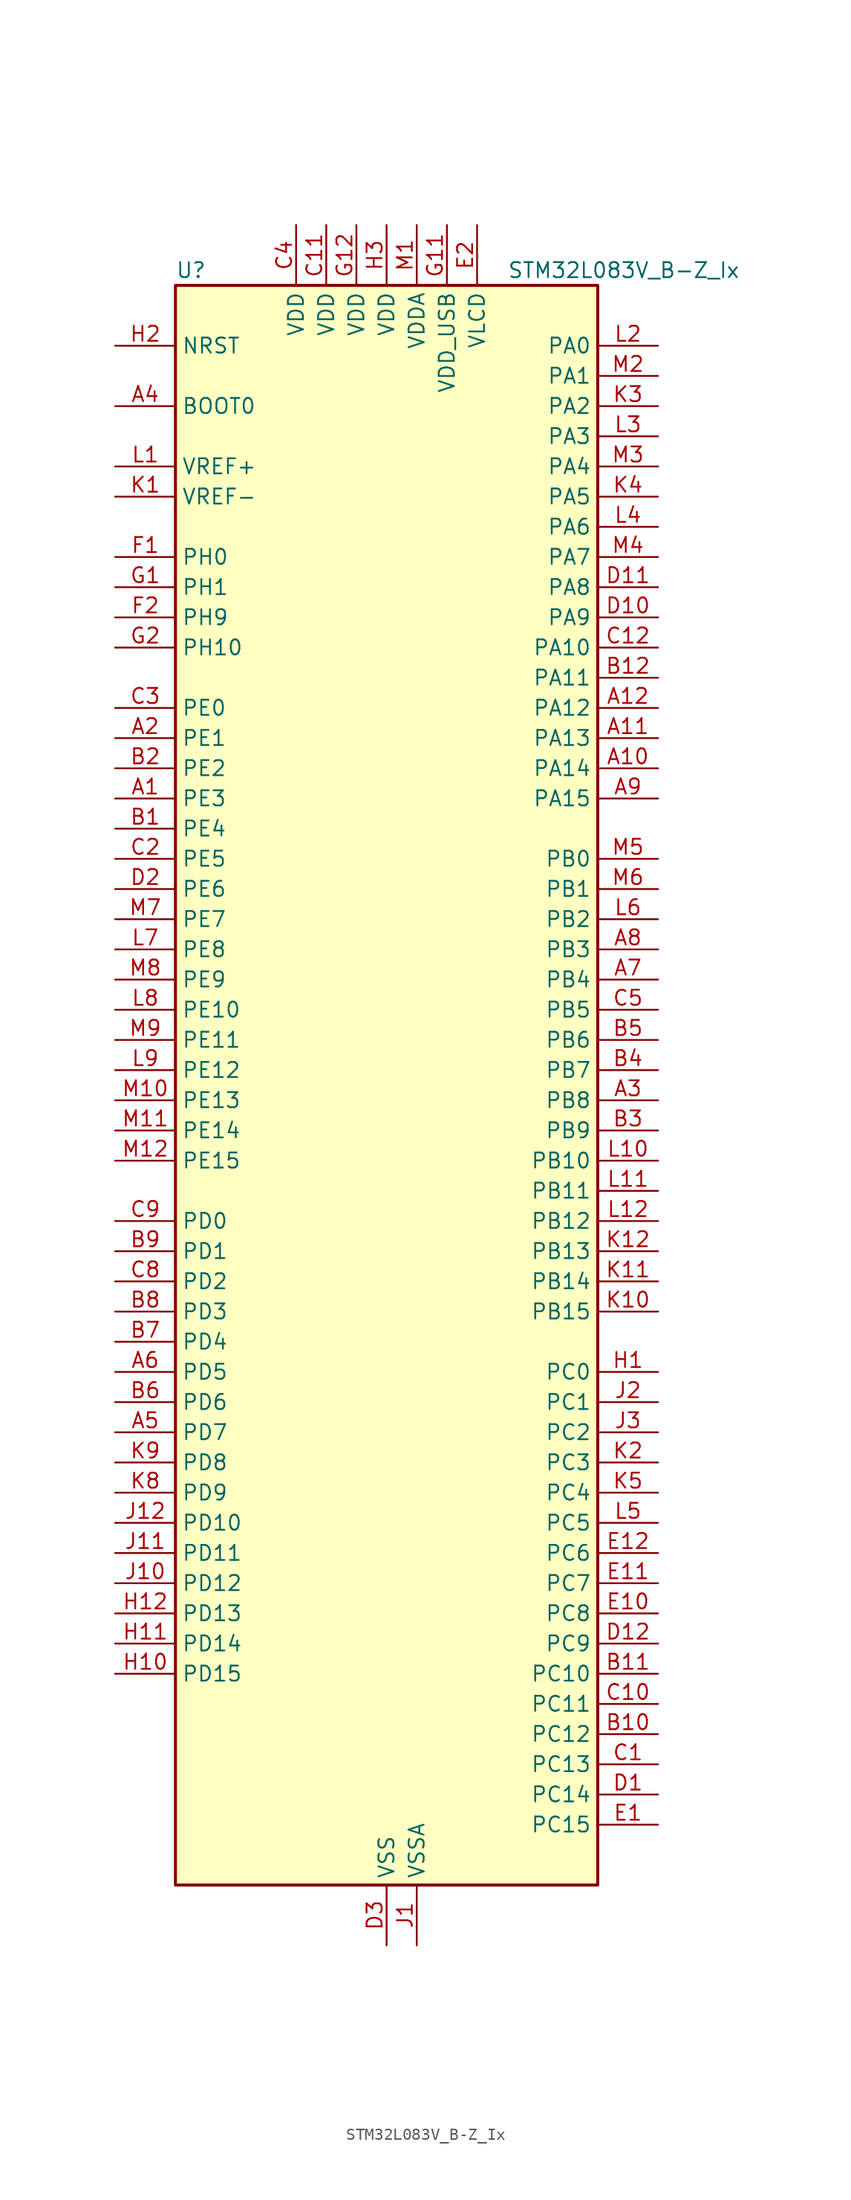
<source format=kicad_sym>
(kicad_symbol_lib
  (version 20241209)
  (generator "kicad_symbol_editor")
  (generator_version "9.0")
  (symbol "STM32L083V_B-Z_Ix"
    (property "Reference" "U"
      (at -17.78 69.85 0)
      (effects (font (size 1.27 1.27)) (justify left)))
    (property "Value" "STM32L083V_B-Z_Ix"
      (at 10.16 69.85 0)
      (effects (font (size 1.27 1.27)) (justify left)))
    (symbol "STM32L083V_B-Z_Ix_0_1"
      (rectangle (start -17.78 -66.04) (end 17.78 68.58) (stroke (width 0.254) (type default)) (fill (type background))))
    (symbol "STM32L083V_B-Z_Ix_1_1"
      (pin input line (at -22.86 63.5 0) (length 5.08) (name "NRST" (effects (font (size 1.27 1.27)))) (number "H2" (effects (font (size 1.27 1.27)))))
      (pin input line (at -22.86 58.42 0) (length 5.08) (name "BOOT0" (effects (font (size 1.27 1.27)))) (number "A4" (effects (font (size 1.27 1.27)))))
      (pin input line (at -22.86 53.34 0) (length 5.08) (name "VREF+" (effects (font (size 1.27 1.27)))) (number "L1" (effects (font (size 1.27 1.27)))))
      (pin input line (at -22.86 50.8 0) (length 5.08) (name "VREF-" (effects (font (size 1.27 1.27)))) (number "K1" (effects (font (size 1.27 1.27)))))
      (pin bidirectional line (at -22.86 45.72 0) (length 5.08) (name "PH0" (effects (font (size 1.27 1.27)))) (number "F1" (effects (font (size 1.27 1.27)))) (alternate "CRS_SYNC" bidirectional line) (alternate "RCC_OSC_IN" bidirectional line))
      (pin bidirectional line (at -22.86 43.18 0) (length 5.08) (name "PH1" (effects (font (size 1.27 1.27)))) (number "G1" (effects (font (size 1.27 1.27)))) (alternate "RCC_OSC_OUT" bidirectional line))
      (pin bidirectional line (at -22.86 40.64 0) (length 5.08) (name "PH9" (effects (font (size 1.27 1.27)))) (number "F2" (effects (font (size 1.27 1.27)))) (alternate "DAC_EXTI9" bidirectional line))
      (pin bidirectional line (at -22.86 38.1 0) (length 5.08) (name "PH10" (effects (font (size 1.27 1.27)))) (number "G2" (effects (font (size 1.27 1.27)))))
      (pin bidirectional line (at -22.86 33.02 0) (length 5.08) (name "PE0" (effects (font (size 1.27 1.27)))) (number "C3" (effects (font (size 1.27 1.27)))) (alternate "LCD_SEG36" bidirectional line))
      (pin bidirectional line (at -22.86 30.48 0) (length 5.08) (name "PE1" (effects (font (size 1.27 1.27)))) (number "A2" (effects (font (size 1.27 1.27)))) (alternate "LCD_SEG37" bidirectional line))
      (pin bidirectional line (at -22.86 27.94 0) (length 5.08) (name "PE2" (effects (font (size 1.27 1.27)))) (number "B2" (effects (font (size 1.27 1.27)))) (alternate "LCD_SEG38" bidirectional line) (alternate "TIM3_ETR" bidirectional line))
      (pin bidirectional line (at -22.86 25.4 0) (length 5.08) (name "PE3" (effects (font (size 1.27 1.27)))) (number "A1" (effects (font (size 1.27 1.27)))) (alternate "LCD_SEG39" bidirectional line) (alternate "TIM22_CH1" bidirectional line) (alternate "TIM3_CH1" bidirectional line))
      (pin bidirectional line (at -22.86 22.86 0) (length 5.08) (name "PE4" (effects (font (size 1.27 1.27)))) (number "B1" (effects (font (size 1.27 1.27)))) (alternate "TIM22_CH2" bidirectional line) (alternate "TIM3_CH2" bidirectional line))
      (pin bidirectional line (at -22.86 20.32 0) (length 5.08) (name "PE5" (effects (font (size 1.27 1.27)))) (number "C2" (effects (font (size 1.27 1.27)))) (alternate "TIM21_CH1" bidirectional line) (alternate "TIM3_CH3" bidirectional line))
      (pin bidirectional line (at -22.86 17.78 0) (length 5.08) (name "PE6" (effects (font (size 1.27 1.27)))) (number "D2" (effects (font (size 1.27 1.27)))) (alternate "RTC_TAMP3" bidirectional line) (alternate "SYS_WKUP3" bidirectional line) (alternate "TIM21_CH2" bidirectional line) (alternate "TIM3_CH4" bidirectional line))
      (pin bidirectional line (at -22.86 15.24 0) (length 5.08) (name "PE7" (effects (font (size 1.27 1.27)))) (number "M7" (effects (font (size 1.27 1.27)))) (alternate "LCD_SEG45" bidirectional line) (alternate "USART5_CK" bidirectional line) (alternate "USART5_DE" bidirectional line) (alternate "USART5_RTS" bidirectional line))
      (pin bidirectional line (at -22.86 12.7 0) (length 5.08) (name "PE8" (effects (font (size 1.27 1.27)))) (number "L7" (effects (font (size 1.27 1.27)))) (alternate "LCD_SEG46" bidirectional line) (alternate "USART4_TX" bidirectional line))
      (pin bidirectional line (at -22.86 10.16 0) (length 5.08) (name "PE9" (effects (font (size 1.27 1.27)))) (number "M8" (effects (font (size 1.27 1.27)))) (alternate "DAC_EXTI9" bidirectional line) (alternate "LCD_SEG47" bidirectional line) (alternate "TIM2_CH1" bidirectional line) (alternate "TIM2_ETR" bidirectional line) (alternate "USART4_RX" bidirectional line))
      (pin bidirectional line (at -22.86 7.62 0) (length 5.08) (name "PE10" (effects (font (size 1.27 1.27)))) (number "L8" (effects (font (size 1.27 1.27)))) (alternate "LCD_SEG40" bidirectional line) (alternate "TIM2_CH2" bidirectional line) (alternate "USART5_TX" bidirectional line))
      (pin bidirectional line (at -22.86 5.08 0) (length 5.08) (name "PE11" (effects (font (size 1.27 1.27)))) (number "M9" (effects (font (size 1.27 1.27)))) (alternate "ADC_EXTI11" bidirectional line) (alternate "LCD_VLCD1" bidirectional line) (alternate "TIM2_CH3" bidirectional line) (alternate "USART5_RX" bidirectional line))
      (pin bidirectional line (at -22.86 2.54 0) (length 5.08) (name "PE12" (effects (font (size 1.27 1.27)))) (number "L9" (effects (font (size 1.27 1.27)))) (alternate "LCD_VLCD3" bidirectional line) (alternate "SPI1_NSS" bidirectional line) (alternate "TIM2_CH4" bidirectional line))
      (pin bidirectional line (at -22.86 0 0) (length 5.08) (name "PE13" (effects (font (size 1.27 1.27)))) (number "M10" (effects (font (size 1.27 1.27)))) (alternate "LCD_SEG41" bidirectional line) (alternate "SPI1_SCK" bidirectional line))
      (pin bidirectional line (at -22.86 -2.54 0) (length 5.08) (name "PE14" (effects (font (size 1.27 1.27)))) (number "M11" (effects (font (size 1.27 1.27)))) (alternate "LCD_SEG42" bidirectional line) (alternate "SPI1_MISO" bidirectional line))
      (pin bidirectional line (at -22.86 -5.08 0) (length 5.08) (name "PE15" (effects (font (size 1.27 1.27)))) (number "M12" (effects (font (size 1.27 1.27)))) (alternate "LCD_SEG43" bidirectional line) (alternate "SPI1_MOSI" bidirectional line))
      (pin bidirectional line (at -22.86 -10.16 0) (length 5.08) (name "PD0" (effects (font (size 1.27 1.27)))) (number "C9" (effects (font (size 1.27 1.27)))) (alternate "I2S2_WS" bidirectional line) (alternate "SPI2_NSS" bidirectional line) (alternate "TIM21_CH1" bidirectional line))
      (pin bidirectional line (at -22.86 -12.7 0) (length 5.08) (name "PD1" (effects (font (size 1.27 1.27)))) (number "B9" (effects (font (size 1.27 1.27)))) (alternate "I2S2_CK" bidirectional line) (alternate "SPI2_SCK" bidirectional line))
      (pin bidirectional line (at -22.86 -15.24 0) (length 5.08) (name "PD2" (effects (font (size 1.27 1.27)))) (number "C8" (effects (font (size 1.27 1.27)))) (alternate "LCD_COM7" bidirectional line) (alternate "LCD_SEG31" bidirectional line) (alternate "LCD_SEG51" bidirectional line) (alternate "LPUART1_DE" bidirectional line) (alternate "LPUART1_RTS" bidirectional line) (alternate "TIM3_ETR" bidirectional line) (alternate "USART5_RX" bidirectional line))
      (pin bidirectional line (at -22.86 -17.78 0) (length 5.08) (name "PD3" (effects (font (size 1.27 1.27)))) (number "B8" (effects (font (size 1.27 1.27)))) (alternate "I2S2_MCK" bidirectional line) (alternate "LCD_SEG44" bidirectional line) (alternate "SPI2_MISO" bidirectional line) (alternate "USART2_CTS" bidirectional line))
      (pin bidirectional line (at -22.86 -20.32 0) (length 5.08) (name "PD4" (effects (font (size 1.27 1.27)))) (number "B7" (effects (font (size 1.27 1.27)))) (alternate "I2S2_SD" bidirectional line) (alternate "SPI2_MOSI" bidirectional line) (alternate "USART2_DE" bidirectional line) (alternate "USART2_RTS" bidirectional line))
      (pin bidirectional line (at -22.86 -22.86 0) (length 5.08) (name "PD5" (effects (font (size 1.27 1.27)))) (number "A6" (effects (font (size 1.27 1.27)))) (alternate "USART2_TX" bidirectional line))
      (pin bidirectional line (at -22.86 -25.4 0) (length 5.08) (name "PD6" (effects (font (size 1.27 1.27)))) (number "B6" (effects (font (size 1.27 1.27)))) (alternate "USART2_RX" bidirectional line))
      (pin bidirectional line (at -22.86 -27.94 0) (length 5.08) (name "PD7" (effects (font (size 1.27 1.27)))) (number "A5" (effects (font (size 1.27 1.27)))) (alternate "TIM21_CH2" bidirectional line) (alternate "USART2_CK" bidirectional line))
      (pin bidirectional line (at -22.86 -30.48 0) (length 5.08) (name "PD8" (effects (font (size 1.27 1.27)))) (number "K9" (effects (font (size 1.27 1.27)))) (alternate "LCD_SEG28" bidirectional line) (alternate "LPUART1_TX" bidirectional line))
      (pin bidirectional line (at -22.86 -33.02 0) (length 5.08) (name "PD9" (effects (font (size 1.27 1.27)))) (number "K8" (effects (font (size 1.27 1.27)))) (alternate "DAC_EXTI9" bidirectional line) (alternate "LCD_SEG29" bidirectional line) (alternate "LPUART1_RX" bidirectional line))
      (pin bidirectional line (at -22.86 -35.56 0) (length 5.08) (name "PD10" (effects (font (size 1.27 1.27)))) (number "J12" (effects (font (size 1.27 1.27)))) (alternate "LCD_SEG30" bidirectional line))
      (pin bidirectional line (at -22.86 -38.1 0) (length 5.08) (name "PD11" (effects (font (size 1.27 1.27)))) (number "J11" (effects (font (size 1.27 1.27)))) (alternate "ADC_EXTI11" bidirectional line) (alternate "LCD_SEG31" bidirectional line) (alternate "LPUART1_CTS" bidirectional line))
      (pin bidirectional line (at -22.86 -40.64 0) (length 5.08) (name "PD12" (effects (font (size 1.27 1.27)))) (number "J10" (effects (font (size 1.27 1.27)))) (alternate "LCD_SEG32" bidirectional line) (alternate "LPUART1_DE" bidirectional line) (alternate "LPUART1_RTS" bidirectional line))
      (pin bidirectional line (at -22.86 -43.18 0) (length 5.08) (name "PD13" (effects (font (size 1.27 1.27)))) (number "H12" (effects (font (size 1.27 1.27)))) (alternate "LCD_SEG33" bidirectional line))
      (pin bidirectional line (at -22.86 -45.72 0) (length 5.08) (name "PD14" (effects (font (size 1.27 1.27)))) (number "H11" (effects (font (size 1.27 1.27)))) (alternate "LCD_SEG34" bidirectional line))
      (pin bidirectional line (at -22.86 -48.26 0) (length 5.08) (name "PD15" (effects (font (size 1.27 1.27)))) (number "H10" (effects (font (size 1.27 1.27)))) (alternate "CRS_SYNC" bidirectional line) (alternate "LCD_SEG35" bidirectional line))
      (pin power_in line (at -7.62 73.66 270) (length 5.08) (name "VDD" (effects (font (size 1.27 1.27)))) (number "C4" (effects (font (size 1.27 1.27)))))
      (pin power_in line (at -5.08 73.66 270) (length 5.08) (name "VDD" (effects (font (size 1.27 1.27)))) (number "C11" (effects (font (size 1.27 1.27)))))
      (pin power_in line (at -2.54 73.66 270) (length 5.08) (name "VDD" (effects (font (size 1.27 1.27)))) (number "G12" (effects (font (size 1.27 1.27)))))
      (pin power_in line (at 0 73.66 270) (length 5.08) (name "VDD" (effects (font (size 1.27 1.27)))) (number "H3" (effects (font (size 1.27 1.27)))))
      (pin power_in line (at 0 -71.12 90) (length 5.08) (name "VSS" (effects (font (size 1.27 1.27)))) (number "D3" (effects (font (size 1.27 1.27)))))
      (pin passive line (at 0 -71.12 90) (length 5.08) (hide yes) (name "VSS" (effects (font (size 1.27 1.27)))) (number "E3" (effects (font (size 1.27 1.27)))))
      (pin passive line (at 0 -71.12 90) (length 5.08) (hide yes) (name "VSS" (effects (font (size 1.27 1.27)))) (number "F11" (effects (font (size 1.27 1.27)))))
      (pin passive line (at 0 -71.12 90) (length 5.08) (hide yes) (name "VSS" (effects (font (size 1.27 1.27)))) (number "F12" (effects (font (size 1.27 1.27)))))
      (pin power_in line (at 2.54 73.66 270) (length 5.08) (name "VDDA" (effects (font (size 1.27 1.27)))) (number "M1" (effects (font (size 1.27 1.27)))))
      (pin power_in line (at 2.54 -71.12 90) (length 5.08) (name "VSSA" (effects (font (size 1.27 1.27)))) (number "J1" (effects (font (size 1.27 1.27)))))
      (pin power_in line (at 5.08 73.66 270) (length 5.08) (name "VDD_USB" (effects (font (size 1.27 1.27)))) (number "G11" (effects (font (size 1.27 1.27)))))
      (pin power_in line (at 7.62 73.66 270) (length 5.08) (name "VLCD" (effects (font (size 1.27 1.27)))) (number "E2" (effects (font (size 1.27 1.27)))))
      (pin bidirectional line (at 22.86 63.5 180) (length 5.08) (name "PA0" (effects (font (size 1.27 1.27)))) (number "L2" (effects (font (size 1.27 1.27)))) (alternate "ADC_IN0" bidirectional line) (alternate "COMP1_INM" bidirectional line) (alternate "COMP1_OUT" bidirectional line) (alternate "RTC_TAMP2" bidirectional line) (alternate "SYS_WKUP1" bidirectional line) (alternate "TIM2_CH1" bidirectional line) (alternate "TIM2_ETR" bidirectional line) (alternate "TSC_G1_IO1" bidirectional line) (alternate "USART2_CTS" bidirectional line) (alternate "USART4_TX" bidirectional line))
      (pin bidirectional line (at 22.86 60.96 180) (length 5.08) (name "PA1" (effects (font (size 1.27 1.27)))) (number "M2" (effects (font (size 1.27 1.27)))) (alternate "ADC_IN1" bidirectional line) (alternate "COMP1_INP" bidirectional line) (alternate "LCD_SEG0" bidirectional line) (alternate "TIM21_ETR" bidirectional line) (alternate "TIM2_CH2" bidirectional line) (alternate "TSC_G1_IO2" bidirectional line) (alternate "USART2_DE" bidirectional line) (alternate "USART2_RTS" bidirectional line) (alternate "USART4_RX" bidirectional line))
      (pin bidirectional line (at 22.86 58.42 180) (length 5.08) (name "PA2" (effects (font (size 1.27 1.27)))) (number "K3" (effects (font (size 1.27 1.27)))) (alternate "ADC_IN2" bidirectional line) (alternate "COMP2_INM" bidirectional line) (alternate "COMP2_OUT" bidirectional line) (alternate "LCD_SEG1" bidirectional line) (alternate "LPUART1_TX" bidirectional line) (alternate "TIM21_CH1" bidirectional line) (alternate "TIM2_CH3" bidirectional line) (alternate "TSC_G1_IO3" bidirectional line) (alternate "USART2_TX" bidirectional line))
      (pin bidirectional line (at 22.86 55.88 180) (length 5.08) (name "PA3" (effects (font (size 1.27 1.27)))) (number "L3" (effects (font (size 1.27 1.27)))) (alternate "ADC_IN3" bidirectional line) (alternate "COMP2_INP" bidirectional line) (alternate "LCD_SEG2" bidirectional line) (alternate "LPUART1_RX" bidirectional line) (alternate "TIM21_CH2" bidirectional line) (alternate "TIM2_CH4" bidirectional line) (alternate "TSC_G1_IO4" bidirectional line) (alternate "USART2_RX" bidirectional line))
      (pin bidirectional line (at 22.86 53.34 180) (length 5.08) (name "PA4" (effects (font (size 1.27 1.27)))) (number "M3" (effects (font (size 1.27 1.27)))) (alternate "ADC_IN4" bidirectional line) (alternate "COMP1_INM" bidirectional line) (alternate "COMP2_INM" bidirectional line) (alternate "DAC_OUT1" bidirectional line) (alternate "SPI1_NSS" bidirectional line) (alternate "TIM22_ETR" bidirectional line) (alternate "TSC_G2_IO1" bidirectional line) (alternate "USART2_CK" bidirectional line))
      (pin bidirectional line (at 22.86 50.8 180) (length 5.08) (name "PA5" (effects (font (size 1.27 1.27)))) (number "K4" (effects (font (size 1.27 1.27)))) (alternate "ADC_IN5" bidirectional line) (alternate "COMP1_INM" bidirectional line) (alternate "COMP2_INM" bidirectional line) (alternate "DAC_OUT2" bidirectional line) (alternate "SPI1_SCK" bidirectional line) (alternate "TIM2_CH1" bidirectional line) (alternate "TIM2_ETR" bidirectional line) (alternate "TSC_G2_IO2" bidirectional line))
      (pin bidirectional line (at 22.86 48.26 180) (length 5.08) (name "PA6" (effects (font (size 1.27 1.27)))) (number "L4" (effects (font (size 1.27 1.27)))) (alternate "ADC_IN6" bidirectional line) (alternate "COMP1_OUT" bidirectional line) (alternate "LCD_SEG3" bidirectional line) (alternate "LPUART1_CTS" bidirectional line) (alternate "SPI1_MISO" bidirectional line) (alternate "TIM22_CH1" bidirectional line) (alternate "TIM3_CH1" bidirectional line) (alternate "TSC_G2_IO3" bidirectional line))
      (pin bidirectional line (at 22.86 45.72 180) (length 5.08) (name "PA7" (effects (font (size 1.27 1.27)))) (number "M4" (effects (font (size 1.27 1.27)))) (alternate "ADC_IN7" bidirectional line) (alternate "COMP2_OUT" bidirectional line) (alternate "LCD_SEG4" bidirectional line) (alternate "SPI1_MOSI" bidirectional line) (alternate "TIM22_CH2" bidirectional line) (alternate "TIM3_CH2" bidirectional line) (alternate "TSC_G2_IO4" bidirectional line))
      (pin bidirectional line (at 22.86 43.18 180) (length 5.08) (name "PA8" (effects (font (size 1.27 1.27)))) (number "D11" (effects (font (size 1.27 1.27)))) (alternate "CRS_SYNC" bidirectional line) (alternate "I2C3_SCL" bidirectional line) (alternate "LCD_COM0" bidirectional line) (alternate "RCC_MCO" bidirectional line) (alternate "USART1_CK" bidirectional line))
      (pin bidirectional line (at 22.86 40.64 180) (length 5.08) (name "PA9" (effects (font (size 1.27 1.27)))) (number "D10" (effects (font (size 1.27 1.27)))) (alternate "DAC_EXTI9" bidirectional line) (alternate "I2C1_SCL" bidirectional line) (alternate "I2C3_SMBA" bidirectional line) (alternate "LCD_COM1" bidirectional line) (alternate "RCC_MCO" bidirectional line) (alternate "TSC_G4_IO1" bidirectional line) (alternate "USART1_TX" bidirectional line))
      (pin bidirectional line (at 22.86 38.1 180) (length 5.08) (name "PA10" (effects (font (size 1.27 1.27)))) (number "C12" (effects (font (size 1.27 1.27)))) (alternate "I2C1_SDA" bidirectional line) (alternate "LCD_COM2" bidirectional line) (alternate "TSC_G4_IO2" bidirectional line) (alternate "USART1_RX" bidirectional line))
      (pin bidirectional line (at 22.86 35.56 180) (length 5.08) (name "PA11" (effects (font (size 1.27 1.27)))) (number "B12" (effects (font (size 1.27 1.27)))) (alternate "ADC_EXTI11" bidirectional line) (alternate "COMP1_OUT" bidirectional line) (alternate "SPI1_MISO" bidirectional line) (alternate "TSC_G4_IO3" bidirectional line) (alternate "USART1_CTS" bidirectional line) (alternate "USB_DM" bidirectional line))
      (pin bidirectional line (at 22.86 33.02 180) (length 5.08) (name "PA12" (effects (font (size 1.27 1.27)))) (number "A12" (effects (font (size 1.27 1.27)))) (alternate "COMP2_OUT" bidirectional line) (alternate "SPI1_MOSI" bidirectional line) (alternate "TSC_G4_IO4" bidirectional line) (alternate "USART1_DE" bidirectional line) (alternate "USART1_RTS" bidirectional line) (alternate "USB_DP" bidirectional line))
      (pin bidirectional line (at 22.86 30.48 180) (length 5.08) (name "PA13" (effects (font (size 1.27 1.27)))) (number "A11" (effects (font (size 1.27 1.27)))) (alternate "LPUART1_RX" bidirectional line) (alternate "SYS_SWDIO" bidirectional line) (alternate "USB_NOE" bidirectional line))
      (pin bidirectional line (at 22.86 27.94 180) (length 5.08) (name "PA14" (effects (font (size 1.27 1.27)))) (number "A10" (effects (font (size 1.27 1.27)))) (alternate "LPUART1_TX" bidirectional line) (alternate "SYS_SWCLK" bidirectional line) (alternate "USART2_TX" bidirectional line))
      (pin bidirectional line (at 22.86 25.4 180) (length 5.08) (name "PA15" (effects (font (size 1.27 1.27)))) (number "A9" (effects (font (size 1.27 1.27)))) (alternate "LCD_SEG17" bidirectional line) (alternate "SPI1_NSS" bidirectional line) (alternate "TIM2_CH1" bidirectional line) (alternate "TIM2_ETR" bidirectional line) (alternate "USART2_RX" bidirectional line) (alternate "USART4_DE" bidirectional line) (alternate "USART4_RTS" bidirectional line))
      (pin bidirectional line (at 22.86 20.32 180) (length 5.08) (name "PB0" (effects (font (size 1.27 1.27)))) (number "M5" (effects (font (size 1.27 1.27)))) (alternate "ADC_IN8" bidirectional line) (alternate "LCD_SEG5" bidirectional line) (alternate "LCD_VLCD3" bidirectional line) (alternate "SYS_VREF_OUT_PB0" bidirectional line) (alternate "TIM3_CH3" bidirectional line) (alternate "TSC_G3_IO2" bidirectional line))
      (pin bidirectional line (at 22.86 17.78 180) (length 5.08) (name "PB1" (effects (font (size 1.27 1.27)))) (number "M6" (effects (font (size 1.27 1.27)))) (alternate "ADC_IN9" bidirectional line) (alternate "LCD_SEG6" bidirectional line) (alternate "LPUART1_DE" bidirectional line) (alternate "LPUART1_RTS" bidirectional line) (alternate "SYS_VREF_OUT_PB1" bidirectional line) (alternate "TIM3_CH4" bidirectional line) (alternate "TSC_G3_IO3" bidirectional line))
      (pin bidirectional line (at 22.86 15.24 180) (length 5.08) (name "PB2" (effects (font (size 1.27 1.27)))) (number "L6" (effects (font (size 1.27 1.27)))) (alternate "I2C3_SMBA" bidirectional line) (alternate "LCD_VLCD2" bidirectional line) (alternate "LPTIM1_OUT" bidirectional line) (alternate "TSC_G3_IO4" bidirectional line))
      (pin bidirectional line (at 22.86 12.7 180) (length 5.08) (name "PB3" (effects (font (size 1.27 1.27)))) (number "A8" (effects (font (size 1.27 1.27)))) (alternate "COMP2_INM" bidirectional line) (alternate "LCD_SEG7" bidirectional line) (alternate "SPI1_SCK" bidirectional line) (alternate "TIM2_CH2" bidirectional line) (alternate "TSC_G5_IO1" bidirectional line) (alternate "USART1_DE" bidirectional line) (alternate "USART1_RTS" bidirectional line) (alternate "USART5_TX" bidirectional line))
      (pin bidirectional line (at 22.86 10.16 180) (length 5.08) (name "PB4" (effects (font (size 1.27 1.27)))) (number "A7" (effects (font (size 1.27 1.27)))) (alternate "COMP2_INP" bidirectional line) (alternate "I2C3_SDA" bidirectional line) (alternate "LCD_SEG8" bidirectional line) (alternate "SPI1_MISO" bidirectional line) (alternate "TIM22_CH1" bidirectional line) (alternate "TIM3_CH1" bidirectional line) (alternate "TSC_G5_IO2" bidirectional line) (alternate "USART1_CTS" bidirectional line) (alternate "USART5_RX" bidirectional line))
      (pin bidirectional line (at 22.86 7.62 180) (length 5.08) (name "PB5" (effects (font (size 1.27 1.27)))) (number "C5" (effects (font (size 1.27 1.27)))) (alternate "COMP2_INP" bidirectional line) (alternate "I2C1_SMBA" bidirectional line) (alternate "LCD_SEG9" bidirectional line) (alternate "LPTIM1_IN1" bidirectional line) (alternate "SPI1_MOSI" bidirectional line) (alternate "TIM22_CH2" bidirectional line) (alternate "TIM3_CH2" bidirectional line) (alternate "USART1_CK" bidirectional line) (alternate "USART5_CK" bidirectional line) (alternate "USART5_DE" bidirectional line) (alternate "USART5_RTS" bidirectional line))
      (pin bidirectional line (at 22.86 5.08 180) (length 5.08) (name "PB6" (effects (font (size 1.27 1.27)))) (number "B5" (effects (font (size 1.27 1.27)))) (alternate "COMP2_INP" bidirectional line) (alternate "I2C1_SCL" bidirectional line) (alternate "LPTIM1_ETR" bidirectional line) (alternate "TSC_G5_IO3" bidirectional line) (alternate "USART1_TX" bidirectional line))
      (pin bidirectional line (at 22.86 2.54 180) (length 5.08) (name "PB7" (effects (font (size 1.27 1.27)))) (number "B4" (effects (font (size 1.27 1.27)))) (alternate "COMP2_INP" bidirectional line) (alternate "I2C1_SDA" bidirectional line) (alternate "LPTIM1_IN2" bidirectional line) (alternate "SYS_PVD_IN" bidirectional line) (alternate "TSC_G5_IO4" bidirectional line) (alternate "USART1_RX" bidirectional line) (alternate "USART4_CTS" bidirectional line))
      (pin bidirectional line (at 22.86 0 180) (length 5.08) (name "PB8" (effects (font (size 1.27 1.27)))) (number "A3" (effects (font (size 1.27 1.27)))) (alternate "I2C1_SCL" bidirectional line) (alternate "LCD_SEG16" bidirectional line) (alternate "TSC_SYNC" bidirectional line))
      (pin bidirectional line (at 22.86 -2.54 180) (length 5.08) (name "PB9" (effects (font (size 1.27 1.27)))) (number "B3" (effects (font (size 1.27 1.27)))) (alternate "DAC_EXTI9" bidirectional line) (alternate "I2C1_SDA" bidirectional line) (alternate "I2S2_WS" bidirectional line) (alternate "LCD_COM3" bidirectional line) (alternate "SPI2_NSS" bidirectional line))
      (pin bidirectional line (at 22.86 -5.08 180) (length 5.08) (name "PB10" (effects (font (size 1.27 1.27)))) (number "L10" (effects (font (size 1.27 1.27)))) (alternate "I2C2_SCL" bidirectional line) (alternate "LCD_SEG10" bidirectional line) (alternate "LPUART1_RX" bidirectional line) (alternate "LPUART1_TX" bidirectional line) (alternate "SPI2_SCK" bidirectional line) (alternate "TIM2_CH3" bidirectional line) (alternate "TSC_SYNC" bidirectional line))
      (pin bidirectional line (at 22.86 -7.62 180) (length 5.08) (name "PB11" (effects (font (size 1.27 1.27)))) (number "L11" (effects (font (size 1.27 1.27)))) (alternate "ADC_EXTI11" bidirectional line) (alternate "I2C2_SDA" bidirectional line) (alternate "LCD_SEG11" bidirectional line) (alternate "LPUART1_RX" bidirectional line) (alternate "LPUART1_TX" bidirectional line) (alternate "TIM2_CH4" bidirectional line) (alternate "TSC_G6_IO1" bidirectional line))
      (pin bidirectional line (at 22.86 -10.16 180) (length 5.08) (name "PB12" (effects (font (size 1.27 1.27)))) (number "L12" (effects (font (size 1.27 1.27)))) (alternate "I2S2_WS" bidirectional line) (alternate "LCD_SEG12" bidirectional line) (alternate "LCD_VLCD2" bidirectional line) (alternate "LPUART1_DE" bidirectional line) (alternate "LPUART1_RTS" bidirectional line) (alternate "SPI2_NSS" bidirectional line) (alternate "TSC_G6_IO2" bidirectional line))
      (pin bidirectional line (at 22.86 -12.7 180) (length 5.08) (name "PB13" (effects (font (size 1.27 1.27)))) (number "K12" (effects (font (size 1.27 1.27)))) (alternate "I2C2_SCL" bidirectional line) (alternate "I2S2_CK" bidirectional line) (alternate "LCD_SEG13" bidirectional line) (alternate "LPUART1_CTS" bidirectional line) (alternate "RCC_MCO" bidirectional line) (alternate "SPI2_SCK" bidirectional line) (alternate "TIM21_CH1" bidirectional line) (alternate "TSC_G6_IO3" bidirectional line))
      (pin bidirectional line (at 22.86 -15.24 180) (length 5.08) (name "PB14" (effects (font (size 1.27 1.27)))) (number "K11" (effects (font (size 1.27 1.27)))) (alternate "I2C2_SDA" bidirectional line) (alternate "I2S2_MCK" bidirectional line) (alternate "LCD_SEG14" bidirectional line) (alternate "LPUART1_DE" bidirectional line) (alternate "LPUART1_RTS" bidirectional line) (alternate "RTC_OUT_ALARM" bidirectional line) (alternate "RTC_OUT_CALIB" bidirectional line) (alternate "SPI2_MISO" bidirectional line) (alternate "TIM21_CH2" bidirectional line) (alternate "TSC_G6_IO4" bidirectional line))
      (pin bidirectional line (at 22.86 -17.78 180) (length 5.08) (name "PB15" (effects (font (size 1.27 1.27)))) (number "K10" (effects (font (size 1.27 1.27)))) (alternate "I2S2_SD" bidirectional line) (alternate "LCD_SEG15" bidirectional line) (alternate "RTC_REFIN" bidirectional line) (alternate "SPI2_MOSI" bidirectional line))
      (pin bidirectional line (at 22.86 -22.86 180) (length 5.08) (name "PC0" (effects (font (size 1.27 1.27)))) (number "H1" (effects (font (size 1.27 1.27)))) (alternate "ADC_IN10" bidirectional line) (alternate "I2C3_SCL" bidirectional line) (alternate "LCD_SEG18" bidirectional line) (alternate "LPTIM1_IN1" bidirectional line) (alternate "LPUART1_RX" bidirectional line) (alternate "TSC_G7_IO1" bidirectional line))
      (pin bidirectional line (at 22.86 -25.4 180) (length 5.08) (name "PC1" (effects (font (size 1.27 1.27)))) (number "J2" (effects (font (size 1.27 1.27)))) (alternate "ADC_IN11" bidirectional line) (alternate "I2C3_SDA" bidirectional line) (alternate "LCD_SEG19" bidirectional line) (alternate "LPTIM1_OUT" bidirectional line) (alternate "LPUART1_TX" bidirectional line) (alternate "TSC_G7_IO2" bidirectional line))
      (pin bidirectional line (at 22.86 -27.94 180) (length 5.08) (name "PC2" (effects (font (size 1.27 1.27)))) (number "J3" (effects (font (size 1.27 1.27)))) (alternate "ADC_IN12" bidirectional line) (alternate "I2S2_MCK" bidirectional line) (alternate "LCD_SEG20" bidirectional line) (alternate "LPTIM1_IN2" bidirectional line) (alternate "SPI2_MISO" bidirectional line) (alternate "TSC_G7_IO3" bidirectional line))
      (pin bidirectional line (at 22.86 -30.48 180) (length 5.08) (name "PC3" (effects (font (size 1.27 1.27)))) (number "K2" (effects (font (size 1.27 1.27)))) (alternate "ADC_IN13" bidirectional line) (alternate "I2S2_SD" bidirectional line) (alternate "LCD_SEG21" bidirectional line) (alternate "LPTIM1_ETR" bidirectional line) (alternate "SPI2_MOSI" bidirectional line) (alternate "TSC_G7_IO4" bidirectional line))
      (pin bidirectional line (at 22.86 -33.02 180) (length 5.08) (name "PC4" (effects (font (size 1.27 1.27)))) (number "K5" (effects (font (size 1.27 1.27)))) (alternate "ADC_IN14" bidirectional line) (alternate "LCD_SEG22" bidirectional line) (alternate "LPUART1_TX" bidirectional line))
      (pin bidirectional line (at 22.86 -35.56 180) (length 5.08) (name "PC5" (effects (font (size 1.27 1.27)))) (number "L5" (effects (font (size 1.27 1.27)))) (alternate "ADC_IN15" bidirectional line) (alternate "LCD_SEG23" bidirectional line) (alternate "LPUART1_RX" bidirectional line) (alternate "TSC_G3_IO1" bidirectional line))
      (pin bidirectional line (at 22.86 -38.1 180) (length 5.08) (name "PC6" (effects (font (size 1.27 1.27)))) (number "E12" (effects (font (size 1.27 1.27)))) (alternate "LCD_SEG24" bidirectional line) (alternate "TIM22_CH1" bidirectional line) (alternate "TIM3_CH1" bidirectional line) (alternate "TSC_G8_IO1" bidirectional line))
      (pin bidirectional line (at 22.86 -40.64 180) (length 5.08) (name "PC7" (effects (font (size 1.27 1.27)))) (number "E11" (effects (font (size 1.27 1.27)))) (alternate "LCD_SEG25" bidirectional line) (alternate "TIM22_CH2" bidirectional line) (alternate "TIM3_CH2" bidirectional line) (alternate "TSC_G8_IO2" bidirectional line))
      (pin bidirectional line (at 22.86 -43.18 180) (length 5.08) (name "PC8" (effects (font (size 1.27 1.27)))) (number "E10" (effects (font (size 1.27 1.27)))) (alternate "LCD_SEG26" bidirectional line) (alternate "TIM22_ETR" bidirectional line) (alternate "TIM3_CH3" bidirectional line) (alternate "TSC_G8_IO3" bidirectional line))
      (pin bidirectional line (at 22.86 -45.72 180) (length 5.08) (name "PC9" (effects (font (size 1.27 1.27)))) (number "D12" (effects (font (size 1.27 1.27)))) (alternate "DAC_EXTI9" bidirectional line) (alternate "I2C3_SDA" bidirectional line) (alternate "LCD_SEG27" bidirectional line) (alternate "TIM21_ETR" bidirectional line) (alternate "TIM3_CH4" bidirectional line) (alternate "TSC_G8_IO4" bidirectional line) (alternate "USB_NOE" bidirectional line))
      (pin bidirectional line (at 22.86 -48.26 180) (length 5.08) (name "PC10" (effects (font (size 1.27 1.27)))) (number "B11" (effects (font (size 1.27 1.27)))) (alternate "LCD_COM4" bidirectional line) (alternate "LCD_SEG28" bidirectional line) (alternate "LCD_SEG48" bidirectional line) (alternate "LPUART1_TX" bidirectional line) (alternate "USART4_TX" bidirectional line))
      (pin bidirectional line (at 22.86 -50.8 180) (length 5.08) (name "PC11" (effects (font (size 1.27 1.27)))) (number "C10" (effects (font (size 1.27 1.27)))) (alternate "ADC_EXTI11" bidirectional line) (alternate "LCD_COM5" bidirectional line) (alternate "LCD_SEG29" bidirectional line) (alternate "LCD_SEG49" bidirectional line) (alternate "LPUART1_RX" bidirectional line) (alternate "USART4_RX" bidirectional line))
      (pin bidirectional line (at 22.86 -53.34 180) (length 5.08) (name "PC12" (effects (font (size 1.27 1.27)))) (number "B10" (effects (font (size 1.27 1.27)))) (alternate "LCD_COM6" bidirectional line) (alternate "LCD_SEG30" bidirectional line) (alternate "LCD_SEG50" bidirectional line) (alternate "USART4_CK" bidirectional line) (alternate "USART5_TX" bidirectional line))
      (pin bidirectional line (at 22.86 -55.88 180) (length 5.08) (name "PC13" (effects (font (size 1.27 1.27)))) (number "C1" (effects (font (size 1.27 1.27)))) (alternate "RTC_OUT_ALARM" bidirectional line) (alternate "RTC_OUT_CALIB" bidirectional line) (alternate "RTC_TAMP1" bidirectional line) (alternate "RTC_TS" bidirectional line) (alternate "SYS_WKUP2" bidirectional line))
      (pin bidirectional line (at 22.86 -58.42 180) (length 5.08) (name "PC14" (effects (font (size 1.27 1.27)))) (number "D1" (effects (font (size 1.27 1.27)))) (alternate "RCC_OSC32_IN" bidirectional line))
      (pin bidirectional line (at 22.86 -60.96 180) (length 5.08) (name "PC15" (effects (font (size 1.27 1.27)))) (number "E1" (effects (font (size 1.27 1.27)))) (alternate "RCC_OSC32_OUT" bidirectional line)))))
</source>
